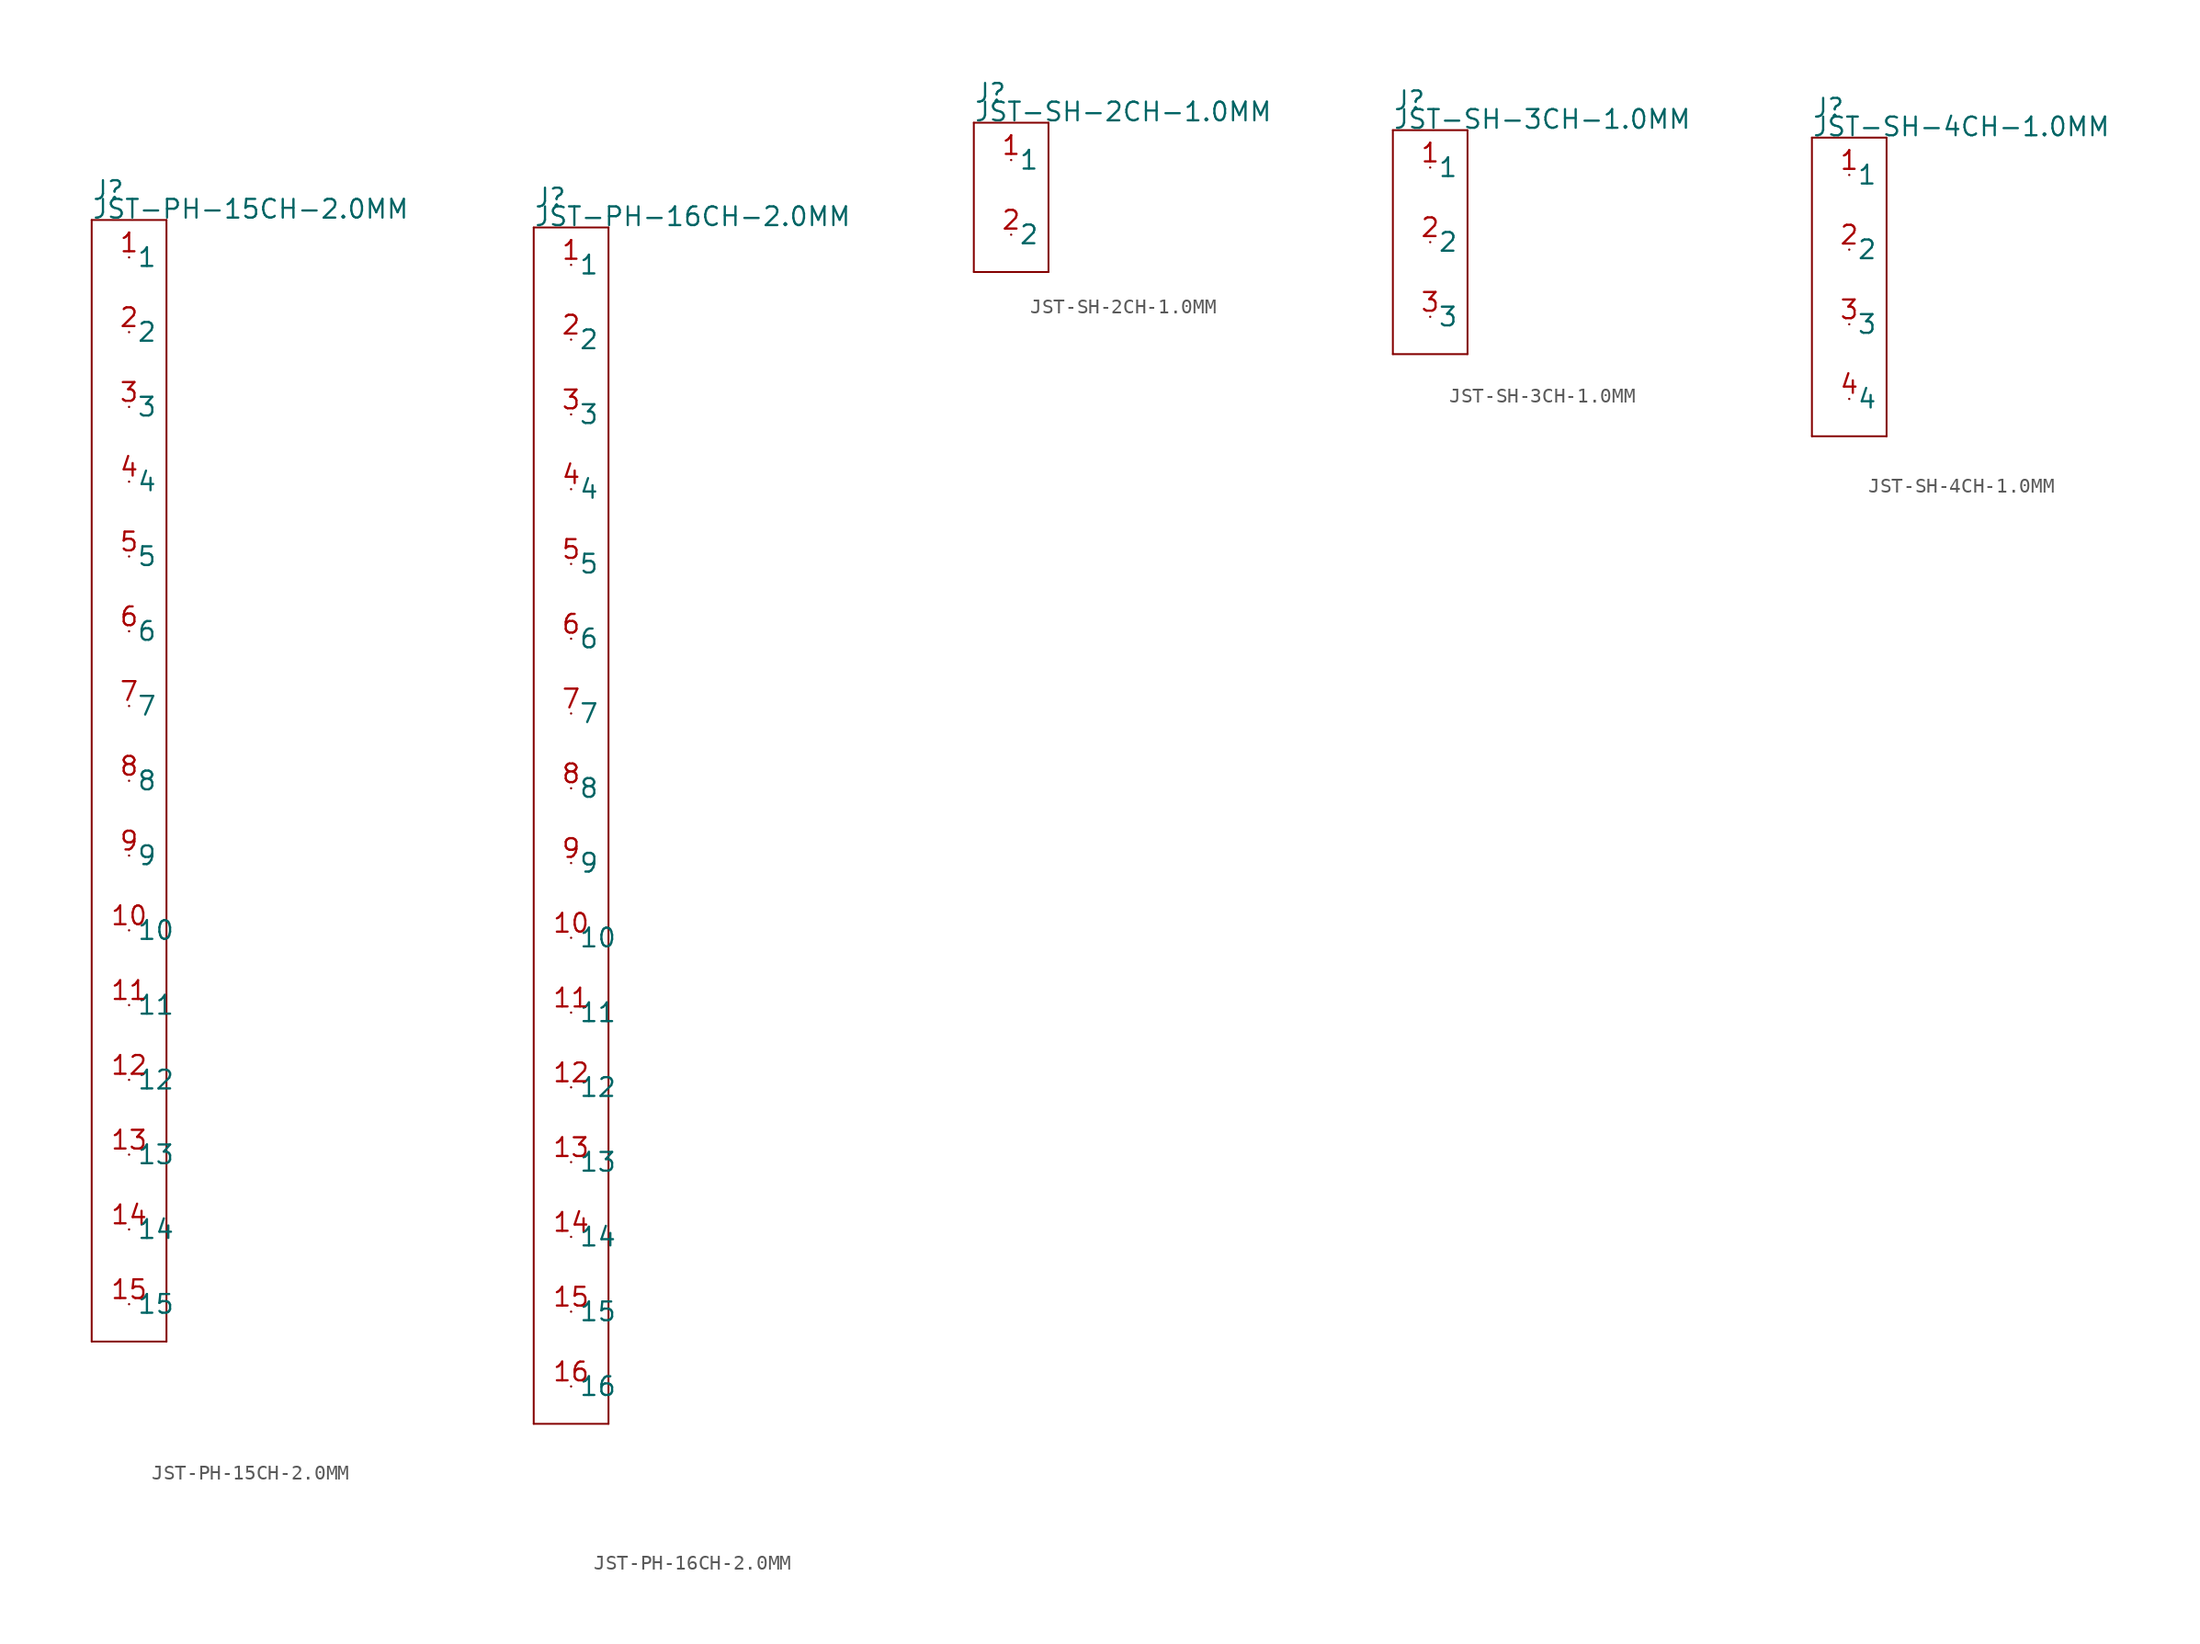
<source format=kicad_sym>
(kicad_symbol_lib
  (version 20211014)
  (generator kicad_symbol_editor)
  (symbol "JST-PH-15CH-2.0MM"
    (pin_names)
    (property "Reference" "J"
      (at -2.54 39.37 0)
      (effects (font (size 1.27 1.27)) (justify left bottom)))
    (property "Value" "JST-PH-15CH-2.0MM"
      (at -2.54 38.1 0)
      (effects (font (size 1.27 1.27)) (justify left bottom)))
    (property "Datasheet" ""
      (at 0 0 0))
    (property "ki_description" " JST 1x15  - Through Hole JST 15POS 2.0MM Technical Specifications: Pitch: 2.0mm "
      (at 0 0 0))
    (property "ki_fp_filters" "FlashPCB_Connectors:JST-B15B-PH-K-THT-VERT-15CH-2.0MM FlashPCB_Connectors:JST-B15B-PH-K-THT-VERT-15CH-2.0MM-NOSILK FlashPCB_Connectors:JST-S15B-PH-K-THT-RA-15CH-2.0MM FlashPCB_Connectors:JST-S15B-PH-K-THT-RA-15CH-2.0MM-NOSILK FlashPCB_Connectors:JST-B15B-PH-K-THT-VERT-15CH-2.0MM-LONG FlashPCB_Connectors:JST-B15B-PH-K-THT-VERT-15CH-2.0MM-LONG-NOSILK FlashPCB_Connectors:JST-S15B-PH-K-THT-RA-15CH-2.0MM-LONG FlashPCB_Connectors:JST-S15B-PH-K-THT-RA-15CH-2.0MM-LONG-NOSILK FlashPCB_Connectors:JST-S15B-PH-SM4-TB-SMT4-RA-15CH-2.0MM FlashPCB_Connectors:JST-S15B-PH-SM4-TB-SMT4-RA-15CH-2.0MM-NOSILK FlashPCB_Connectors:JST-B15B-PH-SM4-TB-SMT-VERT-15CH-2.0MM FlashPCB_Connectors:JST-B15B-PH-SM4-TB-SMT-VERT-15CH-2.0MM-NOSILK"
      (at 0 0 0))
    (symbol "JST-PH-15CH-2.0MM_1_1"
      (polyline (pts (xy -2.54 38.1) (xy 2.54 38.1)) (stroke (width 0.127)) (fill (type none)))
      (polyline (pts (xy 2.54 38.1) (xy 2.54 -38.1)) (stroke (width 0.127)) (fill (type none)))
      (polyline (pts (xy 2.54 -38.1) (xy -2.54 -38.1)) (stroke (width 0.127)) (fill (type none)))
      (polyline (pts (xy -2.54 -38.1) (xy -2.54 38.1)) (stroke (width 0.127)) (fill (type none)))
      (pin bidirectional line (at 0 35.56 0) (length 0) (name "1" (effects (font (size 1.27 1.27)))) (number "1" (effects (font (size 1.27 1.27)))))
      (pin bidirectional line (at 0 30.48 0) (length 0) (name "2" (effects (font (size 1.27 1.27)))) (number "2" (effects (font (size 1.27 1.27)))))
      (pin bidirectional line (at 0 25.4 0) (length 0) (name "3" (effects (font (size 1.27 1.27)))) (number "3" (effects (font (size 1.27 1.27)))))
      (pin bidirectional line (at 0 20.32 0) (length 0) (name "4" (effects (font (size 1.27 1.27)))) (number "4" (effects (font (size 1.27 1.27)))))
      (pin bidirectional line (at 0 15.24 0) (length 0) (name "5" (effects (font (size 1.27 1.27)))) (number "5" (effects (font (size 1.27 1.27)))))
      (pin bidirectional line (at 0 10.16 0) (length 0) (name "6" (effects (font (size 1.27 1.27)))) (number "6" (effects (font (size 1.27 1.27)))))
      (pin bidirectional line (at 0 5.08 0) (length 0) (name "7" (effects (font (size 1.27 1.27)))) (number "7" (effects (font (size 1.27 1.27)))))
      (pin bidirectional line (at 0 0 0) (length 0) (name "8" (effects (font (size 1.27 1.27)))) (number "8" (effects (font (size 1.27 1.27)))))
      (pin bidirectional line (at 0 -5.08 0) (length 0) (name "9" (effects (font (size 1.27 1.27)))) (number "9" (effects (font (size 1.27 1.27)))))
      (pin bidirectional line (at 0 -10.16 0) (length 0) (name "10" (effects (font (size 1.27 1.27)))) (number "10" (effects (font (size 1.27 1.27)))))
      (pin bidirectional line (at 0 -15.24 0) (length 0) (name "11" (effects (font (size 1.27 1.27)))) (number "11" (effects (font (size 1.27 1.27)))))
      (pin bidirectional line (at 0 -20.32 0) (length 0) (name "12" (effects (font (size 1.27 1.27)))) (number "12" (effects (font (size 1.27 1.27)))))
      (pin bidirectional line (at 0 -25.4 0) (length 0) (name "13" (effects (font (size 1.27 1.27)))) (number "13" (effects (font (size 1.27 1.27)))))
      (pin bidirectional line (at 0 -30.48 0) (length 0) (name "14" (effects (font (size 1.27 1.27)))) (number "14" (effects (font (size 1.27 1.27)))))
      (pin bidirectional line (at 0 -35.56 0) (length 0) (name "15" (effects (font (size 1.27 1.27)))) (number "15" (effects (font (size 1.27 1.27)))))))
  (symbol "JST-PH-16CH-2.0MM"
    (pin_names)
    (property "Reference" "J"
      (at -2.54 41.91 0)
      (effects (font (size 1.27 1.27)) (justify left bottom)))
    (property "Value" "JST-PH-16CH-2.0MM"
      (at -2.54 40.64 0)
      (effects (font (size 1.27 1.27)) (justify left bottom)))
    (property "Datasheet" ""
      (at 0 0 0))
    (property "ki_description" " JST 1x16  - Through Hole JST 16POS 2.0MM Technical Specifications: Pitch: 2.0mm "
      (at 0 0 0))
    (property "ki_fp_filters" "FlashPCB_Connectors:JST-B16B-PH-K-THT-VERT-16CH-2.0MM FlashPCB_Connectors:JST-B16B-PH-K-THT-VERT-16CH-2.0MM-NOSILK FlashPCB_Connectors:JST-S16B-PH-K-THT-RA-16CH-2.0MM FlashPCB_Connectors:JST-S16B-PH-K-THT-RA-16CH-2.0MM-NOSILK FlashPCB_Connectors:JST-B16B-PH-K-THT-VERT-16CH-2.0MM-LONG FlashPCB_Connectors:JST-B16B-PH-K-THT-VERT-16CH-2.0MM-LONG-NOSILK FlashPCB_Connectors:JST-S16B-PH-K-THT-RA-16CH-2.0MM-LONG FlashPCB_Connectors:JST-S16B-PH-K-THT-RA-16CH-2.0MM-LONG-NOSILK FlashPCB_Connectors:JST-S16B-PH-SM4-TB-SMT4-RA-16CH-2.0MM FlashPCB_Connectors:JST-S16B-PH-SM4-TB-SMT4-RA-16CH-2.0MM-NOSILK FlashPCB_Connectors:JST-B16B-PH-SM4-TB-SMT-VERT-16CH-2.0MM FlashPCB_Connectors:JST-B16B-PH-SM4-TB-SMT-VERT-16CH-2.0MM-NOSILK"
      (at 0 0 0))
    (symbol "JST-PH-16CH-2.0MM_1_1"
      (polyline (pts (xy -2.54 40.64) (xy 2.54 40.64)) (stroke (width 0.127)) (fill (type none)))
      (polyline (pts (xy 2.54 40.64) (xy 2.54 -40.64)) (stroke (width 0.127)) (fill (type none)))
      (polyline (pts (xy 2.54 -40.64) (xy -2.54 -40.64)) (stroke (width 0.127)) (fill (type none)))
      (polyline (pts (xy -2.54 -40.64) (xy -2.54 40.64)) (stroke (width 0.127)) (fill (type none)))
      (pin bidirectional line (at 0 38.1 0) (length 0) (name "1" (effects (font (size 1.27 1.27)))) (number "1" (effects (font (size 1.27 1.27)))))
      (pin bidirectional line (at 0 33.02 0) (length 0) (name "2" (effects (font (size 1.27 1.27)))) (number "2" (effects (font (size 1.27 1.27)))))
      (pin bidirectional line (at 0 27.94 0) (length 0) (name "3" (effects (font (size 1.27 1.27)))) (number "3" (effects (font (size 1.27 1.27)))))
      (pin bidirectional line (at 0 22.86 0) (length 0) (name "4" (effects (font (size 1.27 1.27)))) (number "4" (effects (font (size 1.27 1.27)))))
      (pin bidirectional line (at 0 17.78 0) (length 0) (name "5" (effects (font (size 1.27 1.27)))) (number "5" (effects (font (size 1.27 1.27)))))
      (pin bidirectional line (at 0 12.7 0) (length 0) (name "6" (effects (font (size 1.27 1.27)))) (number "6" (effects (font (size 1.27 1.27)))))
      (pin bidirectional line (at 0 7.62 0) (length 0) (name "7" (effects (font (size 1.27 1.27)))) (number "7" (effects (font (size 1.27 1.27)))))
      (pin bidirectional line (at 0 2.54 0) (length 0) (name "8" (effects (font (size 1.27 1.27)))) (number "8" (effects (font (size 1.27 1.27)))))
      (pin bidirectional line (at 0 -2.54 0) (length 0) (name "9" (effects (font (size 1.27 1.27)))) (number "9" (effects (font (size 1.27 1.27)))))
      (pin bidirectional line (at 0 -7.62 0) (length 0) (name "10" (effects (font (size 1.27 1.27)))) (number "10" (effects (font (size 1.27 1.27)))))
      (pin bidirectional line (at 0 -12.7 0) (length 0) (name "11" (effects (font (size 1.27 1.27)))) (number "11" (effects (font (size 1.27 1.27)))))
      (pin bidirectional line (at 0 -17.78 0) (length 0) (name "12" (effects (font (size 1.27 1.27)))) (number "12" (effects (font (size 1.27 1.27)))))
      (pin bidirectional line (at 0 -22.86 0) (length 0) (name "13" (effects (font (size 1.27 1.27)))) (number "13" (effects (font (size 1.27 1.27)))))
      (pin bidirectional line (at 0 -27.94 0) (length 0) (name "14" (effects (font (size 1.27 1.27)))) (number "14" (effects (font (size 1.27 1.27)))))
      (pin bidirectional line (at 0 -33.02 0) (length 0) (name "15" (effects (font (size 1.27 1.27)))) (number "15" (effects (font (size 1.27 1.27)))))
      (pin bidirectional line (at 0 -38.1 0) (length 0) (name "16" (effects (font (size 1.27 1.27)))) (number "16" (effects (font (size 1.27 1.27)))))))
  (symbol "JST-SH-2CH-1.0MM"
    (pin_names)
    (property "Reference" "J"
      (at -2.54 6.35 0)
      (effects (font (size 1.27 1.27)) (justify left bottom)))
    (property "Value" "JST-SH-2CH-1.0MM"
      (at -2.54 5.08 0)
      (effects (font (size 1.27 1.27)) (justify left bottom)))
    (property "Datasheet" ""
      (at 0 0 0))
    (property "ki_description" " JST 1x2  - Surface Mount JST 2POS 1MM Technical Specifications: Pitch: 1.0mm "
      (at 0 0 0))
    (property "ki_fp_filters" "FlashPCB_Connectors:JST-SM2B-SRSS-TB-SH-SMT-RA-2CH-1.0MM FlashPCB_Connectors:JST-SM2B-SRSS-TB-SH-SMT-RA-2CH-1.0MM-NOSILK FlashPCB_Connectors:JST-BM2B-SRSS-TB-SH-SMT-VERT-2CH-1.0MM FlashPCB_Connectors:JST-BM2B-SRSS-TB-SH-SMT-VERT-2CH-1.0MM-NOSILK"
      (at 0 0 0))
    (symbol "JST-SH-2CH-1.0MM_1_1"
      (polyline (pts (xy -2.54 5.08) (xy 2.54 5.08)) (stroke (width 0.127)) (fill (type none)))
      (polyline (pts (xy 2.54 5.08) (xy 2.54 -5.08)) (stroke (width 0.127)) (fill (type none)))
      (polyline (pts (xy 2.54 -5.08) (xy -2.54 -5.08)) (stroke (width 0.127)) (fill (type none)))
      (polyline (pts (xy -2.54 -5.08) (xy -2.54 5.08)) (stroke (width 0.127)) (fill (type none)))
      (pin bidirectional line (at 0 2.54 0) (length 0) (name "1" (effects (font (size 1.27 1.27)))) (number "1" (effects (font (size 1.27 1.27)))))
      (pin bidirectional line (at 0 -2.54 0) (length 0) (name "2" (effects (font (size 1.27 1.27)))) (number "2" (effects (font (size 1.27 1.27)))))))
  (symbol "JST-SH-3CH-1.0MM"
    (pin_names)
    (property "Reference" "J"
      (at -2.54 8.89 0)
      (effects (font (size 1.27 1.27)) (justify left bottom)))
    (property "Value" "JST-SH-3CH-1.0MM"
      (at -2.54 7.62 0)
      (effects (font (size 1.27 1.27)) (justify left bottom)))
    (property "Datasheet" ""
      (at 0 0 0))
    (property "ki_description" " JST 1x3  - Surface Mount JST 3POS 1MM Technical Specifications: Pitch: 1.0mm "
      (at 0 0 0))
    (property "ki_fp_filters" "FlashPCB_Connectors:JST-SM3B-SRSS-TB-SH-SMT-RA-3CH-1.0MM FlashPCB_Connectors:JST-SM3B-SRSS-TB-SH-SMT-RA-3CH-1.0MM-NOSILK FlashPCB_Connectors:JST-BM3B-SRSS-TB-SH-SMT-VERT-3CH-1.0MM FlashPCB_Connectors:JST-BM3B-SRSS-TB-SH-SMT-VERT-3CH-1.0MM-NOSILK"
      (at 0 0 0))
    (symbol "JST-SH-3CH-1.0MM_1_1"
      (polyline (pts (xy -2.54 7.62) (xy 2.54 7.62)) (stroke (width 0.127)) (fill (type none)))
      (polyline (pts (xy 2.54 7.62) (xy 2.54 -7.62)) (stroke (width 0.127)) (fill (type none)))
      (polyline (pts (xy 2.54 -7.62) (xy -2.54 -7.62)) (stroke (width 0.127)) (fill (type none)))
      (polyline (pts (xy -2.54 -7.62) (xy -2.54 7.62)) (stroke (width 0.127)) (fill (type none)))
      (pin bidirectional line (at 0 5.08 0) (length 0) (name "1" (effects (font (size 1.27 1.27)))) (number "1" (effects (font (size 1.27 1.27)))))
      (pin bidirectional line (at 0 0 0) (length 0) (name "2" (effects (font (size 1.27 1.27)))) (number "2" (effects (font (size 1.27 1.27)))))
      (pin bidirectional line (at 0 -5.08 0) (length 0) (name "3" (effects (font (size 1.27 1.27)))) (number "3" (effects (font (size 1.27 1.27)))))))
  (symbol "JST-SH-4CH-1.0MM"
    (pin_names)
    (property "Reference" "J"
      (at -2.54 11.43 0)
      (effects (font (size 1.27 1.27)) (justify left bottom)))
    (property "Value" "JST-SH-4CH-1.0MM"
      (at -2.54 10.16 0)
      (effects (font (size 1.27 1.27)) (justify left bottom)))
    (property "Datasheet" ""
      (at 0 0 0))
    (property "ki_description" " JST 1x4  - Surface Mount JST 4POS 1MM Technical Specifications: Pitch: 1.0mm "
      (at 0 0 0))
    (property "ki_fp_filters" "FlashPCB_Connectors:JST-SM4B-SRSS-TB-SH-SMT-RA-4CH-1.0MM FlashPCB_Connectors:JST-SM4B-SRSS-TB-SH-SMT-RA-4CH-1.0MM-NOSILK FlashPCB_Connectors:JST-BM4B-SRSS-TB-SH-SMT-VERT-4CH-1.0MM FlashPCB_Connectors:JST-BM4B-SRSS-TB-SH-SMT-VERT-4CH-1.0MM-NOSILK"
      (at 0 0 0))
    (symbol "JST-SH-4CH-1.0MM_1_1"
      (polyline (pts (xy -2.54 10.16) (xy 2.54 10.16)) (stroke (width 0.127)) (fill (type none)))
      (polyline (pts (xy 2.54 10.16) (xy 2.54 -10.16)) (stroke (width 0.127)) (fill (type none)))
      (polyline (pts (xy 2.54 -10.16) (xy -2.54 -10.16)) (stroke (width 0.127)) (fill (type none)))
      (polyline (pts (xy -2.54 -10.16) (xy -2.54 10.16)) (stroke (width 0.127)) (fill (type none)))
      (pin bidirectional line (at 0 7.62 0) (length 0) (name "1" (effects (font (size 1.27 1.27)))) (number "1" (effects (font (size 1.27 1.27)))))
      (pin bidirectional line (at 0 2.54 0) (length 0) (name "2" (effects (font (size 1.27 1.27)))) (number "2" (effects (font (size 1.27 1.27)))))
      (pin bidirectional line (at 0 -2.54 0) (length 0) (name "3" (effects (font (size 1.27 1.27)))) (number "3" (effects (font (size 1.27 1.27)))))
      (pin bidirectional line (at 0 -7.62 0) (length 0) (name "4" (effects (font (size 1.27 1.27)))) (number "4" (effects (font (size 1.27 1.27))))))))
</source>
